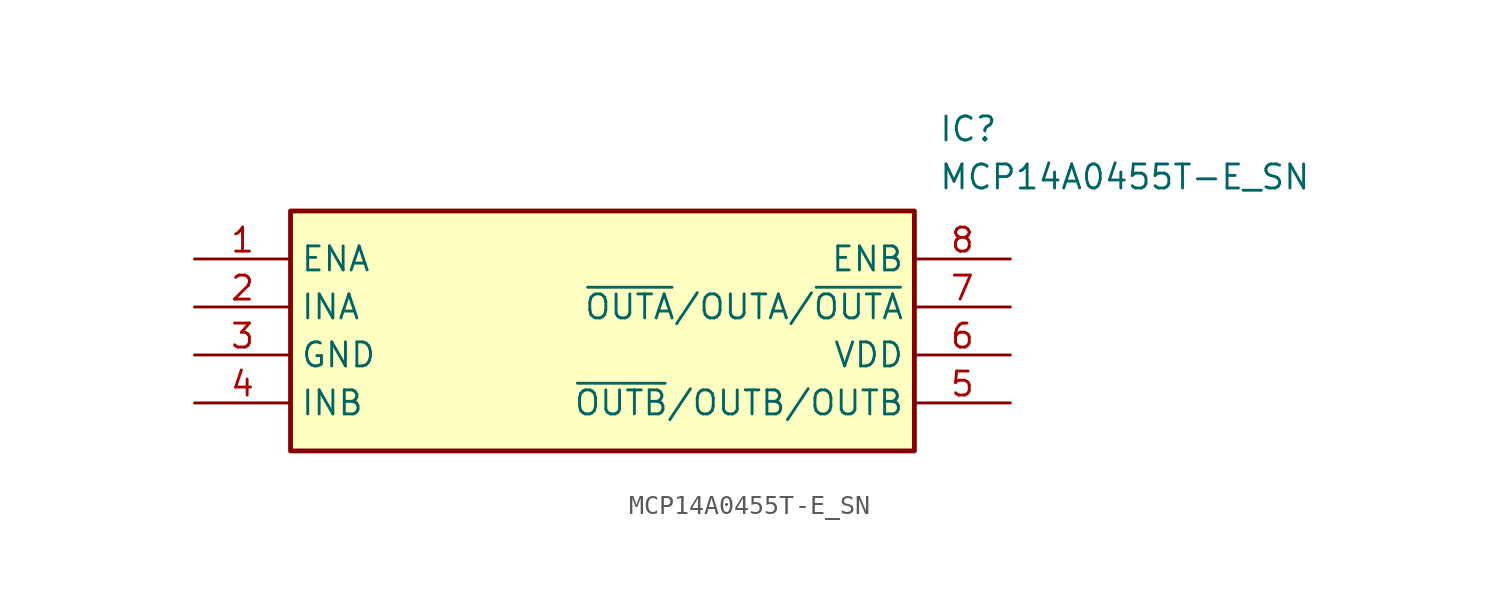
<source format=kicad_sym>
(kicad_symbol_lib
  (version 20211014)
  (generator SamacSys_ECAD_Model)
  (symbol "MCP14A0455T-E_SN"
    (property "Reference" "IC"
      (at 39.37 7.62 0)
      (effects (font (size 1.27 1.27)) (justify left top)))
    (property "Value" "MCP14A0455T-E_SN"
      (at 39.37 5.08 0)
      (effects (font (size 1.27 1.27)) (justify left top)))
    (rectangle
      (start 5.08 2.54)
      (end 38.1 -10.16)
      (stroke (width 0.254) (type default))
      (fill (type background)))
    (pin passive line
      (at 0 0 0)
      (length 5.08)
      (name "ENA" (effects (font (size 1.27 1.27))))
      (number "1" (effects (font (size 1.27 1.27)))))
    (pin passive line
      (at 0 -2.54 0)
      (length 5.08)
      (name "INA" (effects (font (size 1.27 1.27))))
      (number "2" (effects (font (size 1.27 1.27)))))
    (pin passive line
      (at 0 -5.08 0)
      (length 5.08)
      (name "GND" (effects (font (size 1.27 1.27))))
      (number "3" (effects (font (size 1.27 1.27)))))
    (pin passive line
      (at 0 -7.62 0)
      (length 5.08)
      (name "INB" (effects (font (size 1.27 1.27))))
      (number "4" (effects (font (size 1.27 1.27)))))
    (pin passive line
      (at 43.18 0 180)
      (length 5.08)
      (name "ENB" (effects (font (size 1.27 1.27))))
      (number "8" (effects (font (size 1.27 1.27)))))
    (pin passive line
      (at 43.18 -2.54 180)
      (length 5.08)
      (name "~{OUTA}/OUTA/~{OUTA}" (effects (font (size 1.27 1.27))))
      (number "7" (effects (font (size 1.27 1.27)))))
    (pin passive line
      (at 43.18 -5.08 180)
      (length 5.08)
      (name "VDD" (effects (font (size 1.27 1.27))))
      (number "6" (effects (font (size 1.27 1.27)))))
    (pin passive line
      (at 43.18 -7.62 180)
      (length 5.08)
      (name "~{OUTB}/OUTB/OUTB" (effects (font (size 1.27 1.27))))
      (number "5" (effects (font (size 1.27 1.27)))))))
</source>
